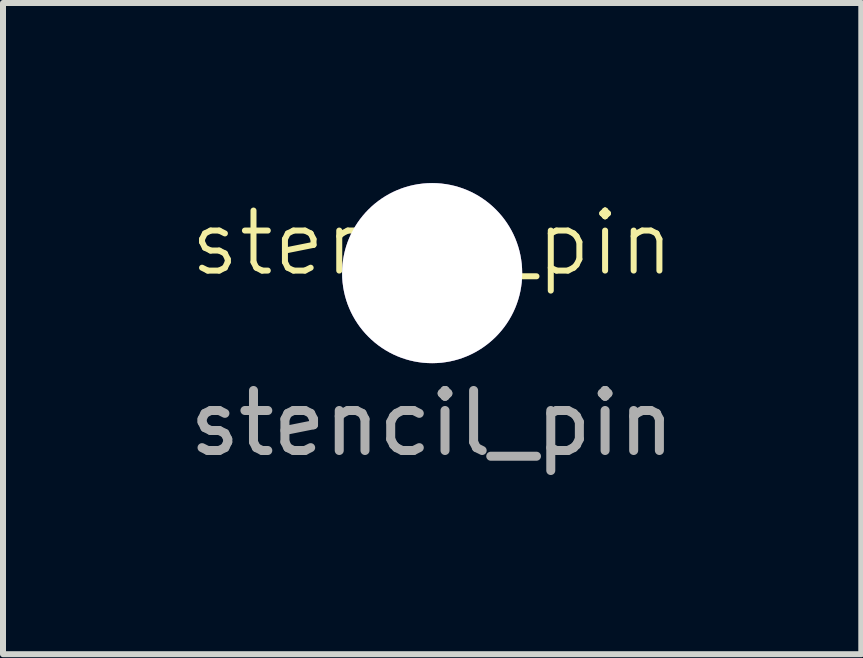
<source format=kicad_pcb>
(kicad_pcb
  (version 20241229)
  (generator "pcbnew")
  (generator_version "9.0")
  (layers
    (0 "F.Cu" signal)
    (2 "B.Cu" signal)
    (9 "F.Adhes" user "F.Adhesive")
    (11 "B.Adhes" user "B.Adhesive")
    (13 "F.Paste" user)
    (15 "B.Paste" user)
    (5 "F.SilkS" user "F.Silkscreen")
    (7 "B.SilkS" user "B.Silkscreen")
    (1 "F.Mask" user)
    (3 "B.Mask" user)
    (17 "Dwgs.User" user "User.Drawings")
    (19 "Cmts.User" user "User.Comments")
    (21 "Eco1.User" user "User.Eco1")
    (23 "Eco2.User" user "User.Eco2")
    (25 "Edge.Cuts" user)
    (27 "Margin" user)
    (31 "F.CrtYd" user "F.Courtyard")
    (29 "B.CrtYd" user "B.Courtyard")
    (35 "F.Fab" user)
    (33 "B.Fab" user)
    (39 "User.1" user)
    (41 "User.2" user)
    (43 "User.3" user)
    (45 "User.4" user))
  (footprint "stencil_pin"
    (layer "F.Cu")
    (at 4.149 1.5)
    (property "Reference" "stencil_pin" (at 0 -0.5 0) (unlocked yes) (layer "F.SilkS") (effects (font (size 1 1) (thickness 0.1))))
    (attr through_hole)
    (fp_text user "${REFERENCE}" (at 0 2.5 0) (unlocked yes) (layer "F.Fab") (effects (font (size 1 1) (thickness 0.15))))
    (pad "1" thru_hole circle (at 0 0) (size 3 3) (drill 3) (layers "*.Cu" "*.Mask" "F.Paste")))
  (gr_rect
    (start -3 -3)
    (end 11.298 7.848)
    (stroke (width 0.1) (type default))
    (fill no)
    (layer "Edge.Cuts")))
</source>
